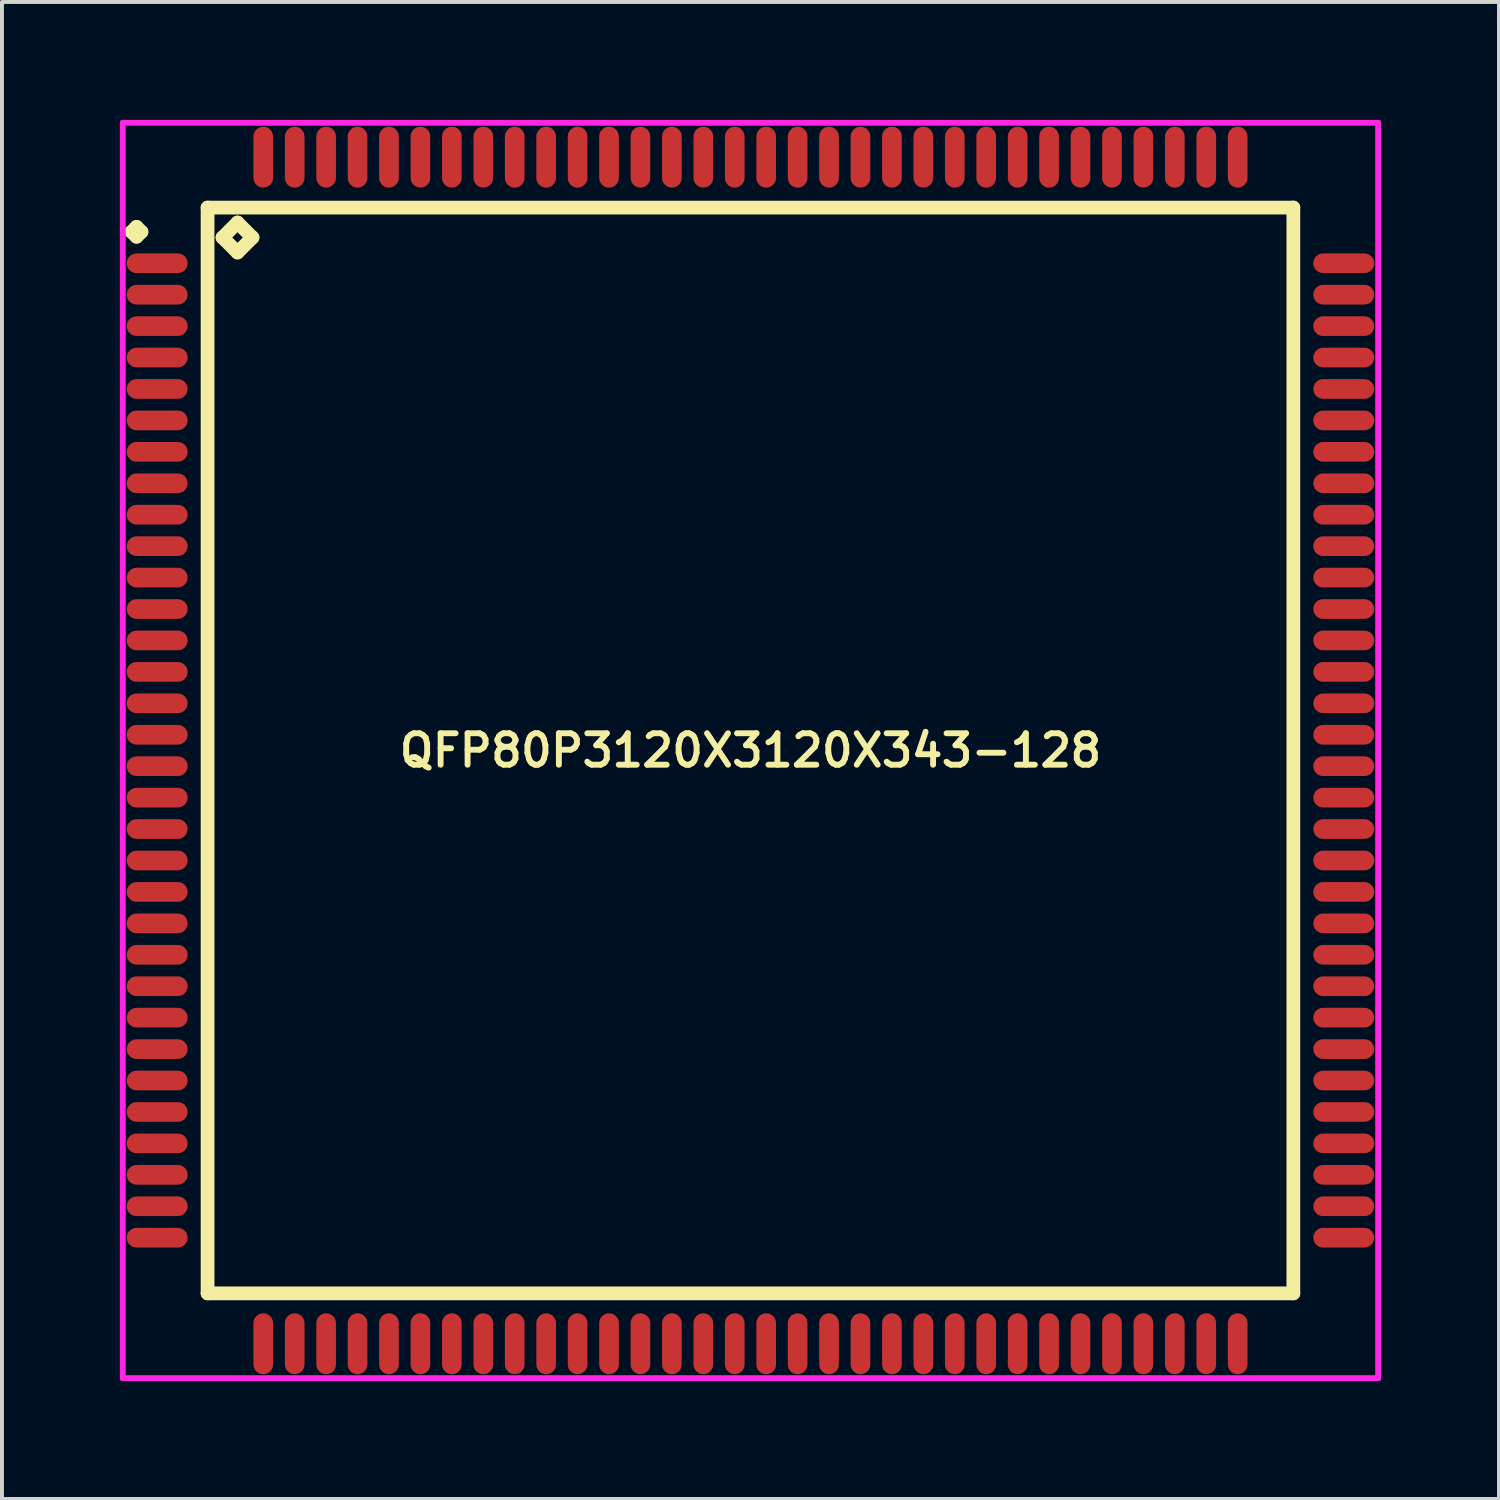
<source format=kicad_pcb>
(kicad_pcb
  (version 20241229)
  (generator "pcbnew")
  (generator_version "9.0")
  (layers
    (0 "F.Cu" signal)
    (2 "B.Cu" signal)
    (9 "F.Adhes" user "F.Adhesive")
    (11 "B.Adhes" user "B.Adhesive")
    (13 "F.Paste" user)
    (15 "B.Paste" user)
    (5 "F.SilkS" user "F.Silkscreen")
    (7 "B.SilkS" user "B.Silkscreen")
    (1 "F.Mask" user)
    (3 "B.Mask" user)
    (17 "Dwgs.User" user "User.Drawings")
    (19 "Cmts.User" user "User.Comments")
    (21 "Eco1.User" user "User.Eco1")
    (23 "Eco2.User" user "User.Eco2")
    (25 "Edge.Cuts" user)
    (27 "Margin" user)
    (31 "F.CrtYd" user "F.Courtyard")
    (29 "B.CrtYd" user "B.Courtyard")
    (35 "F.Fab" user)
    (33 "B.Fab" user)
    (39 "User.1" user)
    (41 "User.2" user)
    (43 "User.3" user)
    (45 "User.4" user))
  (footprint "QFP80P3120X3120X343-128"
    (layer "F.Cu")
    (at 16.05 16.05)
    (property "Reference" "QFP80P3120X3120X343-128" (at 0 0 0) (layer "F.SilkS") (effects (font (size 0.8 0.8) (thickness 0.15))))
    (attr smd)
    (fp_line (start -15.75 -13.2) (end -15.625 -13.325) (stroke (width 0.35) (type solid)) (layer "F.SilkS"))
    (fp_line (start -15.625 -13.325) (end -15.5 -13.2) (stroke (width 0.35) (type solid)) (layer "F.SilkS"))
    (fp_line (start -15.625 -13.075) (end -15.75 -13.2) (stroke (width 0.35) (type solid)) (layer "F.SilkS"))
    (fp_line (start -15.5 -13.2) (end -15.625 -13.075) (stroke (width 0.35) (type solid)) (layer "F.SilkS"))
    (fp_line (start -13.817 -13.817) (end -13.817 13.817) (stroke (width 0.35) (type solid)) (layer "F.SilkS"))
    (fp_line (start -13.817 13.817) (end 13.817 13.817) (stroke (width 0.35) (type solid)) (layer "F.SilkS"))
    (fp_line (start -13.436 -13.055) (end -13.055 -13.436) (stroke (width 0.35) (type solid)) (layer "F.SilkS"))
    (fp_line (start -13.055 -13.436) (end -12.674 -13.055) (stroke (width 0.35) (type solid)) (layer "F.SilkS"))
    (fp_line (start -13.055 -12.674) (end -13.436 -13.055) (stroke (width 0.35) (type solid)) (layer "F.SilkS"))
    (fp_line (start -12.674 -13.055) (end -13.055 -12.674) (stroke (width 0.35) (type solid)) (layer "F.SilkS"))
    (fp_line (start 13.817 -13.817) (end -13.817 -13.817) (stroke (width 0.35) (type solid)) (layer "F.SilkS"))
    (fp_line (start 13.817 13.817) (end 13.817 -13.817) (stroke (width 0.35) (type solid)) (layer "F.SilkS"))
    (fp_line (start -15.975 -15.975) (end 15.975 -15.975) (stroke (width 0.15) (type solid)) (layer "F.CrtYd"))
    (fp_line (start -15.975 15.975) (end -15.975 -15.975) (stroke (width 0.15) (type solid)) (layer "F.CrtYd"))
    (fp_line (start 15.975 -15.975) (end 15.975 15.975) (stroke (width 0.15) (type solid)) (layer "F.CrtYd"))
    (fp_line (start 15.975 15.975) (end -15.975 15.975) (stroke (width 0.15) (type solid)) (layer "F.CrtYd"))
    (pad "1" smd oval (at -15.1 -12.4) (size 1.55 0.5) (layers "F.Cu" "F.Mask" "F.Paste"))
    (pad "2" smd oval (at -15.1 -11.6) (size 1.55 0.5) (layers "F.Cu" "F.Mask" "F.Paste"))
    (pad "3" smd oval (at -15.1 -10.8) (size 1.55 0.5) (layers "F.Cu" "F.Mask" "F.Paste"))
    (pad "4" smd oval (at -15.1 -10) (size 1.55 0.5) (layers "F.Cu" "F.Mask" "F.Paste"))
    (pad "5" smd oval (at -15.1 -9.2) (size 1.55 0.5) (layers "F.Cu" "F.Mask" "F.Paste"))
    (pad "6" smd oval (at -15.1 -8.4) (size 1.55 0.5) (layers "F.Cu" "F.Mask" "F.Paste"))
    (pad "7" smd oval (at -15.1 -7.6) (size 1.55 0.5) (layers "F.Cu" "F.Mask" "F.Paste"))
    (pad "8" smd oval (at -15.1 -6.8) (size 1.55 0.5) (layers "F.Cu" "F.Mask" "F.Paste"))
    (pad "9" smd oval (at -15.1 -6) (size 1.55 0.5) (layers "F.Cu" "F.Mask" "F.Paste"))
    (pad "10" smd oval (at -15.1 -5.2) (size 1.55 0.5) (layers "F.Cu" "F.Mask" "F.Paste"))
    (pad "11" smd oval (at -15.1 -4.4) (size 1.55 0.5) (layers "F.Cu" "F.Mask" "F.Paste"))
    (pad "12" smd oval (at -15.1 -3.6) (size 1.55 0.5) (layers "F.Cu" "F.Mask" "F.Paste"))
    (pad "13" smd oval (at -15.1 -2.8) (size 1.55 0.5) (layers "F.Cu" "F.Mask" "F.Paste"))
    (pad "14" smd oval (at -15.1 -2) (size 1.55 0.5) (layers "F.Cu" "F.Mask" "F.Paste"))
    (pad "15" smd oval (at -15.1 -1.2) (size 1.55 0.5) (layers "F.Cu" "F.Mask" "F.Paste"))
    (pad "16" smd oval (at -15.1 -0.4) (size 1.55 0.5) (layers "F.Cu" "F.Mask" "F.Paste"))
    (pad "17" smd oval (at -15.1 0.4) (size 1.55 0.5) (layers "F.Cu" "F.Mask" "F.Paste"))
    (pad "18" smd oval (at -15.1 1.2) (size 1.55 0.5) (layers "F.Cu" "F.Mask" "F.Paste"))
    (pad "19" smd oval (at -15.1 2) (size 1.55 0.5) (layers "F.Cu" "F.Mask" "F.Paste"))
    (pad "20" smd oval (at -15.1 2.8) (size 1.55 0.5) (layers "F.Cu" "F.Mask" "F.Paste"))
    (pad "21" smd oval (at -15.1 3.6) (size 1.55 0.5) (layers "F.Cu" "F.Mask" "F.Paste"))
    (pad "22" smd oval (at -15.1 4.4) (size 1.55 0.5) (layers "F.Cu" "F.Mask" "F.Paste"))
    (pad "23" smd oval (at -15.1 5.2) (size 1.55 0.5) (layers "F.Cu" "F.Mask" "F.Paste"))
    (pad "24" smd oval (at -15.1 6) (size 1.55 0.5) (layers "F.Cu" "F.Mask" "F.Paste"))
    (pad "25" smd oval (at -15.1 6.8) (size 1.55 0.5) (layers "F.Cu" "F.Mask" "F.Paste"))
    (pad "26" smd oval (at -15.1 7.6) (size 1.55 0.5) (layers "F.Cu" "F.Mask" "F.Paste"))
    (pad "27" smd oval (at -15.1 8.4) (size 1.55 0.5) (layers "F.Cu" "F.Mask" "F.Paste"))
    (pad "28" smd oval (at -15.1 9.2) (size 1.55 0.5) (layers "F.Cu" "F.Mask" "F.Paste"))
    (pad "29" smd oval (at -15.1 10) (size 1.55 0.5) (layers "F.Cu" "F.Mask" "F.Paste"))
    (pad "30" smd oval (at -15.1 10.8) (size 1.55 0.5) (layers "F.Cu" "F.Mask" "F.Paste"))
    (pad "31" smd oval (at -15.1 11.6) (size 1.55 0.5) (layers "F.Cu" "F.Mask" "F.Paste"))
    (pad "32" smd oval (at -15.1 12.4) (size 1.55 0.5) (layers "F.Cu" "F.Mask" "F.Paste"))
    (pad "33" smd oval (at -12.4 15.1) (size 0.5 1.55) (layers "F.Cu" "F.Mask" "F.Paste"))
    (pad "34" smd oval (at -11.6 15.1) (size 0.5 1.55) (layers "F.Cu" "F.Mask" "F.Paste"))
    (pad "35" smd oval (at -10.8 15.1) (size 0.5 1.55) (layers "F.Cu" "F.Mask" "F.Paste"))
    (pad "36" smd oval (at -10 15.1) (size 0.5 1.55) (layers "F.Cu" "F.Mask" "F.Paste"))
    (pad "37" smd oval (at -9.2 15.1) (size 0.5 1.55) (layers "F.Cu" "F.Mask" "F.Paste"))
    (pad "38" smd oval (at -8.4 15.1) (size 0.5 1.55) (layers "F.Cu" "F.Mask" "F.Paste"))
    (pad "39" smd oval (at -7.6 15.1) (size 0.5 1.55) (layers "F.Cu" "F.Mask" "F.Paste"))
    (pad "40" smd oval (at -6.8 15.1) (size 0.5 1.55) (layers "F.Cu" "F.Mask" "F.Paste"))
    (pad "41" smd oval (at -6 15.1) (size 0.5 1.55) (layers "F.Cu" "F.Mask" "F.Paste"))
    (pad "42" smd oval (at -5.2 15.1) (size 0.5 1.55) (layers "F.Cu" "F.Mask" "F.Paste"))
    (pad "43" smd oval (at -4.4 15.1) (size 0.5 1.55) (layers "F.Cu" "F.Mask" "F.Paste"))
    (pad "44" smd oval (at -3.6 15.1) (size 0.5 1.55) (layers "F.Cu" "F.Mask" "F.Paste"))
    (pad "45" smd oval (at -2.8 15.1) (size 0.5 1.55) (layers "F.Cu" "F.Mask" "F.Paste"))
    (pad "46" smd oval (at -2 15.1) (size 0.5 1.55) (layers "F.Cu" "F.Mask" "F.Paste"))
    (pad "47" smd oval (at -1.2 15.1) (size 0.5 1.55) (layers "F.Cu" "F.Mask" "F.Paste"))
    (pad "48" smd oval (at -0.4 15.1) (size 0.5 1.55) (layers "F.Cu" "F.Mask" "F.Paste"))
    (pad "49" smd oval (at 0.4 15.1) (size 0.5 1.55) (layers "F.Cu" "F.Mask" "F.Paste"))
    (pad "50" smd oval (at 1.2 15.1) (size 0.5 1.55) (layers "F.Cu" "F.Mask" "F.Paste"))
    (pad "51" smd oval (at 2 15.1) (size 0.5 1.55) (layers "F.Cu" "F.Mask" "F.Paste"))
    (pad "52" smd oval (at 2.8 15.1) (size 0.5 1.55) (layers "F.Cu" "F.Mask" "F.Paste"))
    (pad "53" smd oval (at 3.6 15.1) (size 0.5 1.55) (layers "F.Cu" "F.Mask" "F.Paste"))
    (pad "54" smd oval (at 4.4 15.1) (size 0.5 1.55) (layers "F.Cu" "F.Mask" "F.Paste"))
    (pad "55" smd oval (at 5.2 15.1) (size 0.5 1.55) (layers "F.Cu" "F.Mask" "F.Paste"))
    (pad "56" smd oval (at 6 15.1) (size 0.5 1.55) (layers "F.Cu" "F.Mask" "F.Paste"))
    (pad "57" smd oval (at 6.8 15.1) (size 0.5 1.55) (layers "F.Cu" "F.Mask" "F.Paste"))
    (pad "58" smd oval (at 7.6 15.1) (size 0.5 1.55) (layers "F.Cu" "F.Mask" "F.Paste"))
    (pad "59" smd oval (at 8.4 15.1) (size 0.5 1.55) (layers "F.Cu" "F.Mask" "F.Paste"))
    (pad "60" smd oval (at 9.2 15.1) (size 0.5 1.55) (layers "F.Cu" "F.Mask" "F.Paste"))
    (pad "61" smd oval (at 10 15.1) (size 0.5 1.55) (layers "F.Cu" "F.Mask" "F.Paste"))
    (pad "62" smd oval (at 10.8 15.1) (size 0.5 1.55) (layers "F.Cu" "F.Mask" "F.Paste"))
    (pad "63" smd oval (at 11.6 15.1) (size 0.5 1.55) (layers "F.Cu" "F.Mask" "F.Paste"))
    (pad "64" smd oval (at 12.4 15.1) (size 0.5 1.55) (layers "F.Cu" "F.Mask" "F.Paste"))
    (pad "65" smd oval (at 15.1 12.4) (size 1.55 0.5) (layers "F.Cu" "F.Mask" "F.Paste"))
    (pad "66" smd oval (at 15.1 11.6) (size 1.55 0.5) (layers "F.Cu" "F.Mask" "F.Paste"))
    (pad "67" smd oval (at 15.1 10.8) (size 1.55 0.5) (layers "F.Cu" "F.Mask" "F.Paste"))
    (pad "68" smd oval (at 15.1 10) (size 1.55 0.5) (layers "F.Cu" "F.Mask" "F.Paste"))
    (pad "69" smd oval (at 15.1 9.2) (size 1.55 0.5) (layers "F.Cu" "F.Mask" "F.Paste"))
    (pad "70" smd oval (at 15.1 8.4) (size 1.55 0.5) (layers "F.Cu" "F.Mask" "F.Paste"))
    (pad "71" smd oval (at 15.1 7.6) (size 1.55 0.5) (layers "F.Cu" "F.Mask" "F.Paste"))
    (pad "72" smd oval (at 15.1 6.8) (size 1.55 0.5) (layers "F.Cu" "F.Mask" "F.Paste"))
    (pad "73" smd oval (at 15.1 6) (size 1.55 0.5) (layers "F.Cu" "F.Mask" "F.Paste"))
    (pad "74" smd oval (at 15.1 5.2) (size 1.55 0.5) (layers "F.Cu" "F.Mask" "F.Paste"))
    (pad "75" smd oval (at 15.1 4.4) (size 1.55 0.5) (layers "F.Cu" "F.Mask" "F.Paste"))
    (pad "76" smd oval (at 15.1 3.6) (size 1.55 0.5) (layers "F.Cu" "F.Mask" "F.Paste"))
    (pad "77" smd oval (at 15.1 2.8) (size 1.55 0.5) (layers "F.Cu" "F.Mask" "F.Paste"))
    (pad "78" smd oval (at 15.1 2) (size 1.55 0.5) (layers "F.Cu" "F.Mask" "F.Paste"))
    (pad "79" smd oval (at 15.1 1.2) (size 1.55 0.5) (layers "F.Cu" "F.Mask" "F.Paste"))
    (pad "80" smd oval (at 15.1 0.4) (size 1.55 0.5) (layers "F.Cu" "F.Mask" "F.Paste"))
    (pad "81" smd oval (at 15.1 -0.4) (size 1.55 0.5) (layers "F.Cu" "F.Mask" "F.Paste"))
    (pad "82" smd oval (at 15.1 -1.2) (size 1.55 0.5) (layers "F.Cu" "F.Mask" "F.Paste"))
    (pad "83" smd oval (at 15.1 -2) (size 1.55 0.5) (layers "F.Cu" "F.Mask" "F.Paste"))
    (pad "84" smd oval (at 15.1 -2.8) (size 1.55 0.5) (layers "F.Cu" "F.Mask" "F.Paste"))
    (pad "85" smd oval (at 15.1 -3.6) (size 1.55 0.5) (layers "F.Cu" "F.Mask" "F.Paste"))
    (pad "86" smd oval (at 15.1 -4.4) (size 1.55 0.5) (layers "F.Cu" "F.Mask" "F.Paste"))
    (pad "87" smd oval (at 15.1 -5.2) (size 1.55 0.5) (layers "F.Cu" "F.Mask" "F.Paste"))
    (pad "88" smd oval (at 15.1 -6) (size 1.55 0.5) (layers "F.Cu" "F.Mask" "F.Paste"))
    (pad "89" smd oval (at 15.1 -6.8) (size 1.55 0.5) (layers "F.Cu" "F.Mask" "F.Paste"))
    (pad "90" smd oval (at 15.1 -7.6) (size 1.55 0.5) (layers "F.Cu" "F.Mask" "F.Paste"))
    (pad "91" smd oval (at 15.1 -8.4) (size 1.55 0.5) (layers "F.Cu" "F.Mask" "F.Paste"))
    (pad "92" smd oval (at 15.1 -9.2) (size 1.55 0.5) (layers "F.Cu" "F.Mask" "F.Paste"))
    (pad "93" smd oval (at 15.1 -10) (size 1.55 0.5) (layers "F.Cu" "F.Mask" "F.Paste"))
    (pad "94" smd oval (at 15.1 -10.8) (size 1.55 0.5) (layers "F.Cu" "F.Mask" "F.Paste"))
    (pad "95" smd oval (at 15.1 -11.6) (size 1.55 0.5) (layers "F.Cu" "F.Mask" "F.Paste"))
    (pad "96" smd oval (at 15.1 -12.4) (size 1.55 0.5) (layers "F.Cu" "F.Mask" "F.Paste"))
    (pad "97" smd oval (at 12.4 -15.1) (size 0.5 1.55) (layers "F.Cu" "F.Mask" "F.Paste"))
    (pad "98" smd oval (at 11.6 -15.1) (size 0.5 1.55) (layers "F.Cu" "F.Mask" "F.Paste"))
    (pad "99" smd oval (at 10.8 -15.1) (size 0.5 1.55) (layers "F.Cu" "F.Mask" "F.Paste"))
    (pad "100" smd oval (at 10 -15.1) (size 0.5 1.55) (layers "F.Cu" "F.Mask" "F.Paste"))
    (pad "101" smd oval (at 9.2 -15.1) (size 0.5 1.55) (layers "F.Cu" "F.Mask" "F.Paste"))
    (pad "102" smd oval (at 8.4 -15.1) (size 0.5 1.55) (layers "F.Cu" "F.Mask" "F.Paste"))
    (pad "103" smd oval (at 7.6 -15.1) (size 0.5 1.55) (layers "F.Cu" "F.Mask" "F.Paste"))
    (pad "104" smd oval (at 6.8 -15.1) (size 0.5 1.55) (layers "F.Cu" "F.Mask" "F.Paste"))
    (pad "105" smd oval (at 6 -15.1) (size 0.5 1.55) (layers "F.Cu" "F.Mask" "F.Paste"))
    (pad "106" smd oval (at 5.2 -15.1) (size 0.5 1.55) (layers "F.Cu" "F.Mask" "F.Paste"))
    (pad "107" smd oval (at 4.4 -15.1) (size 0.5 1.55) (layers "F.Cu" "F.Mask" "F.Paste"))
    (pad "108" smd oval (at 3.6 -15.1) (size 0.5 1.55) (layers "F.Cu" "F.Mask" "F.Paste"))
    (pad "109" smd oval (at 2.8 -15.1) (size 0.5 1.55) (layers "F.Cu" "F.Mask" "F.Paste"))
    (pad "110" smd oval (at 2 -15.1) (size 0.5 1.55) (layers "F.Cu" "F.Mask" "F.Paste"))
    (pad "111" smd oval (at 1.2 -15.1) (size 0.5 1.55) (layers "F.Cu" "F.Mask" "F.Paste"))
    (pad "112" smd oval (at 0.4 -15.1) (size 0.5 1.55) (layers "F.Cu" "F.Mask" "F.Paste"))
    (pad "113" smd oval (at -0.4 -15.1) (size 0.5 1.55) (layers "F.Cu" "F.Mask" "F.Paste"))
    (pad "114" smd oval (at -1.2 -15.1) (size 0.5 1.55) (layers "F.Cu" "F.Mask" "F.Paste"))
    (pad "115" smd oval (at -2 -15.1) (size 0.5 1.55) (layers "F.Cu" "F.Mask" "F.Paste"))
    (pad "116" smd oval (at -2.8 -15.1) (size 0.5 1.55) (layers "F.Cu" "F.Mask" "F.Paste"))
    (pad "117" smd oval (at -3.6 -15.1) (size 0.5 1.55) (layers "F.Cu" "F.Mask" "F.Paste"))
    (pad "118" smd oval (at -4.4 -15.1) (size 0.5 1.55) (layers "F.Cu" "F.Mask" "F.Paste"))
    (pad "119" smd oval (at -5.2 -15.1) (size 0.5 1.55) (layers "F.Cu" "F.Mask" "F.Paste"))
    (pad "120" smd oval (at -6 -15.1) (size 0.5 1.55) (layers "F.Cu" "F.Mask" "F.Paste"))
    (pad "121" smd oval (at -6.8 -15.1) (size 0.5 1.55) (layers "F.Cu" "F.Mask" "F.Paste"))
    (pad "122" smd oval (at -7.6 -15.1) (size 0.5 1.55) (layers "F.Cu" "F.Mask" "F.Paste"))
    (pad "123" smd oval (at -8.4 -15.1) (size 0.5 1.55) (layers "F.Cu" "F.Mask" "F.Paste"))
    (pad "124" smd oval (at -9.2 -15.1) (size 0.5 1.55) (layers "F.Cu" "F.Mask" "F.Paste"))
    (pad "125" smd oval (at -10 -15.1) (size 0.5 1.55) (layers "F.Cu" "F.Mask" "F.Paste"))
    (pad "126" smd oval (at -10.8 -15.1) (size 0.5 1.55) (layers "F.Cu" "F.Mask" "F.Paste"))
    (pad "127" smd oval (at -11.6 -15.1) (size 0.5 1.55) (layers "F.Cu" "F.Mask" "F.Paste"))
    (pad "128" smd oval (at -12.4 -15.1) (size 0.5 1.55) (layers "F.Cu" "F.Mask" "F.Paste")))
  (gr_rect
    (start -3 -3)
    (end 35.1 35.1)
    (stroke (width 0.1) (type default))
    (fill no)
    (layer "Edge.Cuts")))
</source>
